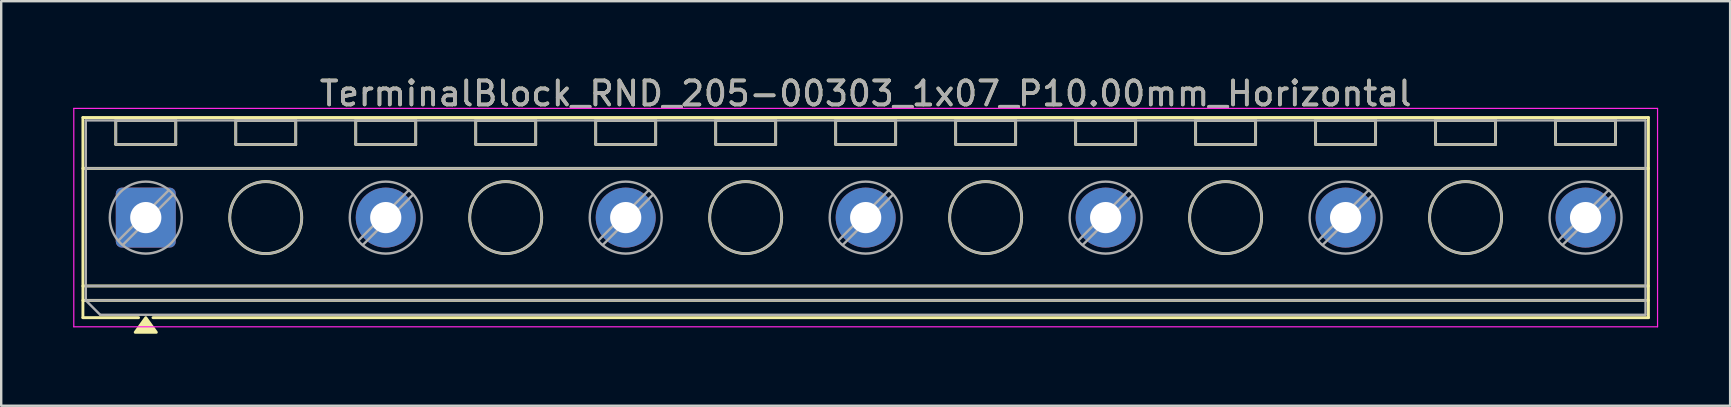
<source format=kicad_pcb>
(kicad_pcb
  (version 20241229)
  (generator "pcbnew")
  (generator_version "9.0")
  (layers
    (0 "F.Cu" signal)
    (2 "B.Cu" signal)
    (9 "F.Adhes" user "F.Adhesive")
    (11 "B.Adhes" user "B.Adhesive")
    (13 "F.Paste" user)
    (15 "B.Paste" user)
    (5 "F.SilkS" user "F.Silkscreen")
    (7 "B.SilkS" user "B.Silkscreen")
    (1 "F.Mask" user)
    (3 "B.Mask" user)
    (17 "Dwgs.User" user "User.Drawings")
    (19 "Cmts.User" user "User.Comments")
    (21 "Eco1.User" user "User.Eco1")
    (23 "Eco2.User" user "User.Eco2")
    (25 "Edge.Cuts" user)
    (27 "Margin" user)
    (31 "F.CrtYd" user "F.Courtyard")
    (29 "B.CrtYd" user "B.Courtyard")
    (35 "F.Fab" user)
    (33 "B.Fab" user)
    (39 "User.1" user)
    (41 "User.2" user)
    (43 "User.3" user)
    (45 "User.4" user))
  (footprint "TerminalBlock_RND_205-00303_1x07_P10.00mm_Horizontal"
    (layer "F.Cu")
    (at 3.025 6.018)
    (property "Reference" "TerminalBlock_RND_205-00303_1x07_P10.00mm_Horizontal" (at 30 -5.17 0) (layer "F.SilkS") (effects (font (size 1 1) (thickness 0.15))))
    (attr through_hole)
    (fp_line (start -2.62 -4.17) (end -2.62 4.17) (stroke (width 0.12) (type solid)) (layer "F.SilkS"))
    (fp_line (start -2.62 -4.17) (end 62.62 -4.17) (stroke (width 0.12) (type solid)) (layer "F.SilkS"))
    (fp_line (start -2.62 -2.05) (end 62.62 -2.05) (stroke (width 0.12) (type solid)) (layer "F.SilkS"))
    (fp_line (start -2.62 2.85) (end 62.62 2.85) (stroke (width 0.12) (type solid)) (layer "F.SilkS"))
    (fp_line (start -2.62 3.45) (end 62.62 3.45) (stroke (width 0.12) (type solid)) (layer "F.SilkS"))
    (fp_line (start -2.62 4.17) (end -0.3 4.17) (stroke (width 0.12) (type solid)) (layer "F.SilkS"))
    (fp_line (start -1.25 -4.05) (end -1.25 -3.05) (stroke (width 0.12) (type solid)) (layer "F.SilkS"))
    (fp_line (start -1.25 -4.05) (end 1.25 -4.05) (stroke (width 0.12) (type solid)) (layer "F.SilkS"))
    (fp_line (start -1.25 -3.05) (end 1.25 -3.05) (stroke (width 0.12) (type solid)) (layer "F.SilkS"))
    (fp_line (start 0.3 4.17) (end 62.62 4.17) (stroke (width 0.12) (type solid)) (layer "F.SilkS"))
    (fp_line (start 1.25 -4.05) (end 1.25 -3.05) (stroke (width 0.12) (type solid)) (layer "F.SilkS"))
    (fp_line (start 3.75 -4.05) (end 3.75 -3.05) (stroke (width 0.12) (type solid)) (layer "F.SilkS"))
    (fp_line (start 3.75 -4.05) (end 6.25 -4.05) (stroke (width 0.12) (type solid)) (layer "F.SilkS"))
    (fp_line (start 3.75 -3.05) (end 6.25 -3.05) (stroke (width 0.12) (type solid)) (layer "F.SilkS"))
    (fp_line (start 6.25 -4.05) (end 6.25 -3.05) (stroke (width 0.12) (type solid)) (layer "F.SilkS"))
    (fp_line (start 8.75 -4.05) (end 8.75 -3.05) (stroke (width 0.12) (type solid)) (layer "F.SilkS"))
    (fp_line (start 8.75 -4.05) (end 11.25 -4.05) (stroke (width 0.12) (type solid)) (layer "F.SilkS"))
    (fp_line (start 8.75 -3.05) (end 11.25 -3.05) (stroke (width 0.12) (type solid)) (layer "F.SilkS"))
    (fp_line (start 11.25 -4.05) (end 11.25 -3.05) (stroke (width 0.12) (type solid)) (layer "F.SilkS"))
    (fp_line (start 13.75 -4.05) (end 13.75 -3.05) (stroke (width 0.12) (type solid)) (layer "F.SilkS"))
    (fp_line (start 13.75 -4.05) (end 16.25 -4.05) (stroke (width 0.12) (type solid)) (layer "F.SilkS"))
    (fp_line (start 13.75 -3.05) (end 16.25 -3.05) (stroke (width 0.12) (type solid)) (layer "F.SilkS"))
    (fp_line (start 16.25 -4.05) (end 16.25 -3.05) (stroke (width 0.12) (type solid)) (layer "F.SilkS"))
    (fp_line (start 18.75 -4.05) (end 18.75 -3.05) (stroke (width 0.12) (type solid)) (layer "F.SilkS"))
    (fp_line (start 18.75 -4.05) (end 21.25 -4.05) (stroke (width 0.12) (type solid)) (layer "F.SilkS"))
    (fp_line (start 18.75 -3.05) (end 21.25 -3.05) (stroke (width 0.12) (type solid)) (layer "F.SilkS"))
    (fp_line (start 21.25 -4.05) (end 21.25 -3.05) (stroke (width 0.12) (type solid)) (layer "F.SilkS"))
    (fp_line (start 23.75 -4.05) (end 23.75 -3.05) (stroke (width 0.12) (type solid)) (layer "F.SilkS"))
    (fp_line (start 23.75 -4.05) (end 26.25 -4.05) (stroke (width 0.12) (type solid)) (layer "F.SilkS"))
    (fp_line (start 23.75 -3.05) (end 26.25 -3.05) (stroke (width 0.12) (type solid)) (layer "F.SilkS"))
    (fp_line (start 26.25 -4.05) (end 26.25 -3.05) (stroke (width 0.12) (type solid)) (layer "F.SilkS"))
    (fp_line (start 28.75 -4.05) (end 28.75 -3.05) (stroke (width 0.12) (type solid)) (layer "F.SilkS"))
    (fp_line (start 28.75 -4.05) (end 31.25 -4.05) (stroke (width 0.12) (type solid)) (layer "F.SilkS"))
    (fp_line (start 28.75 -3.05) (end 31.25 -3.05) (stroke (width 0.12) (type solid)) (layer "F.SilkS"))
    (fp_line (start 31.25 -4.05) (end 31.25 -3.05) (stroke (width 0.12) (type solid)) (layer "F.SilkS"))
    (fp_line (start 33.75 -4.05) (end 33.75 -3.05) (stroke (width 0.12) (type solid)) (layer "F.SilkS"))
    (fp_line (start 33.75 -4.05) (end 36.25 -4.05) (stroke (width 0.12) (type solid)) (layer "F.SilkS"))
    (fp_line (start 33.75 -3.05) (end 36.25 -3.05) (stroke (width 0.12) (type solid)) (layer "F.SilkS"))
    (fp_line (start 36.25 -4.05) (end 36.25 -3.05) (stroke (width 0.12) (type solid)) (layer "F.SilkS"))
    (fp_line (start 38.75 -4.05) (end 38.75 -3.05) (stroke (width 0.12) (type solid)) (layer "F.SilkS"))
    (fp_line (start 38.75 -4.05) (end 41.25 -4.05) (stroke (width 0.12) (type solid)) (layer "F.SilkS"))
    (fp_line (start 38.75 -3.05) (end 41.25 -3.05) (stroke (width 0.12) (type solid)) (layer "F.SilkS"))
    (fp_line (start 41.25 -4.05) (end 41.25 -3.05) (stroke (width 0.12) (type solid)) (layer "F.SilkS"))
    (fp_line (start 43.75 -4.05) (end 43.75 -3.05) (stroke (width 0.12) (type solid)) (layer "F.SilkS"))
    (fp_line (start 43.75 -4.05) (end 46.25 -4.05) (stroke (width 0.12) (type solid)) (layer "F.SilkS"))
    (fp_line (start 43.75 -3.05) (end 46.25 -3.05) (stroke (width 0.12) (type solid)) (layer "F.SilkS"))
    (fp_line (start 46.25 -4.05) (end 46.25 -3.05) (stroke (width 0.12) (type solid)) (layer "F.SilkS"))
    (fp_line (start 48.75 -4.05) (end 48.75 -3.05) (stroke (width 0.12) (type solid)) (layer "F.SilkS"))
    (fp_line (start 48.75 -4.05) (end 51.25 -4.05) (stroke (width 0.12) (type solid)) (layer "F.SilkS"))
    (fp_line (start 48.75 -3.05) (end 51.25 -3.05) (stroke (width 0.12) (type solid)) (layer "F.SilkS"))
    (fp_line (start 51.25 -4.05) (end 51.25 -3.05) (stroke (width 0.12) (type solid)) (layer "F.SilkS"))
    (fp_line (start 53.75 -4.05) (end 53.75 -3.05) (stroke (width 0.12) (type solid)) (layer "F.SilkS"))
    (fp_line (start 53.75 -4.05) (end 56.25 -4.05) (stroke (width 0.12) (type solid)) (layer "F.SilkS"))
    (fp_line (start 53.75 -3.05) (end 56.25 -3.05) (stroke (width 0.12) (type solid)) (layer "F.SilkS"))
    (fp_line (start 56.25 -4.05) (end 56.25 -3.05) (stroke (width 0.12) (type solid)) (layer "F.SilkS"))
    (fp_line (start 58.75 -4.05) (end 58.75 -3.05) (stroke (width 0.12) (type solid)) (layer "F.SilkS"))
    (fp_line (start 58.75 -4.05) (end 61.25 -4.05) (stroke (width 0.12) (type solid)) (layer "F.SilkS"))
    (fp_line (start 58.75 -3.05) (end 61.25 -3.05) (stroke (width 0.12) (type solid)) (layer "F.SilkS"))
    (fp_line (start 61.25 -4.05) (end 61.25 -3.05) (stroke (width 0.12) (type solid)) (layer "F.SilkS"))
    (fp_line (start 62.62 -4.17) (end 62.62 4.17) (stroke (width 0.12) (type solid)) (layer "F.SilkS"))
    (fp_circle (center 5 0) (end 6.5 0) (stroke (width 0.12) (type solid)) (fill no) (layer "F.SilkS"))
    (fp_circle (center 15 0) (end 16.5 0) (stroke (width 0.12) (type solid)) (fill no) (layer "F.SilkS"))
    (fp_circle (center 25 0) (end 26.5 0) (stroke (width 0.12) (type solid)) (fill no) (layer "F.SilkS"))
    (fp_circle (center 35 0) (end 36.5 0) (stroke (width 0.12) (type solid)) (fill no) (layer "F.SilkS"))
    (fp_circle (center 45 0) (end 46.5 0) (stroke (width 0.12) (type solid)) (fill no) (layer "F.SilkS"))
    (fp_circle (center 55 0) (end 56.5 0) (stroke (width 0.12) (type solid)) (fill no) (layer "F.SilkS"))
    (fp_poly (pts (xy 0 4.17) (xy 0.44 4.78) (xy -0.44 4.78)) (stroke (width 0.12) (type solid)) (fill yes) (layer "F.SilkS"))
    (fp_line (start -3 -4.55) (end -3 4.55) (stroke (width 0.05) (type solid)) (layer "F.CrtYd"))
    (fp_line (start -3 4.55) (end 63 4.55) (stroke (width 0.05) (type solid)) (layer "F.CrtYd"))
    (fp_line (start 63 -4.55) (end -3 -4.55) (stroke (width 0.05) (type solid)) (layer "F.CrtYd"))
    (fp_line (start 63 4.55) (end 63 -4.55) (stroke (width 0.05) (type solid)) (layer "F.CrtYd"))
    (fp_line (start -2.5 -4.05) (end 62.5 -4.05) (stroke (width 0.1) (type solid)) (layer "F.Fab"))
    (fp_line (start -2.5 -2.05) (end 62.5 -2.05) (stroke (width 0.1) (type solid)) (layer "F.Fab"))
    (fp_line (start -2.5 2.85) (end 62.5 2.85) (stroke (width 0.1) (type solid)) (layer "F.Fab"))
    (fp_line (start -2.5 3.45) (end -2.5 -4.05) (stroke (width 0.1) (type solid)) (layer "F.Fab"))
    (fp_line (start -2.5 3.45) (end 62.5 3.45) (stroke (width 0.1) (type solid)) (layer "F.Fab"))
    (fp_line (start -1.9 4.05) (end -2.5 3.45) (stroke (width 0.1) (type solid)) (layer "F.Fab"))
    (fp_line (start -1.25 -4.05) (end -1.25 -3.05) (stroke (width 0.1) (type solid)) (layer "F.Fab"))
    (fp_line (start -1.25 -3.05) (end 1.25 -3.05) (stroke (width 0.1) (type solid)) (layer "F.Fab"))
    (fp_line (start 0.955 -1.138) (end -1.138 0.954) (stroke (width 0.1) (type solid)) (layer "F.Fab"))
    (fp_line (start 1.138 -0.954) (end -0.955 1.137) (stroke (width 0.1) (type solid)) (layer "F.Fab"))
    (fp_line (start 1.25 -4.05) (end -1.25 -4.05) (stroke (width 0.1) (type solid)) (layer "F.Fab"))
    (fp_line (start 1.25 -3.05) (end 1.25 -4.05) (stroke (width 0.1) (type solid)) (layer "F.Fab"))
    (fp_line (start 3.75 -4.05) (end 3.75 -3.05) (stroke (width 0.1) (type solid)) (layer "F.Fab"))
    (fp_line (start 3.75 -3.05) (end 6.25 -3.05) (stroke (width 0.1) (type solid)) (layer "F.Fab"))
    (fp_line (start 6.25 -4.05) (end 3.75 -4.05) (stroke (width 0.1) (type solid)) (layer "F.Fab"))
    (fp_line (start 6.25 -3.05) (end 6.25 -4.05) (stroke (width 0.1) (type solid)) (layer "F.Fab"))
    (fp_line (start 8.75 -4.05) (end 8.75 -3.05) (stroke (width 0.1) (type solid)) (layer "F.Fab"))
    (fp_line (start 8.75 -3.05) (end 11.25 -3.05) (stroke (width 0.1) (type solid)) (layer "F.Fab"))
    (fp_line (start 10.955 -1.138) (end 8.862 0.954) (stroke (width 0.1) (type solid)) (layer "F.Fab"))
    (fp_line (start 11.138 -0.954) (end 9.045 1.137) (stroke (width 0.1) (type solid)) (layer "F.Fab"))
    (fp_line (start 11.25 -4.05) (end 8.75 -4.05) (stroke (width 0.1) (type solid)) (layer "F.Fab"))
    (fp_line (start 11.25 -3.05) (end 11.25 -4.05) (stroke (width 0.1) (type solid)) (layer "F.Fab"))
    (fp_line (start 13.75 -4.05) (end 13.75 -3.05) (stroke (width 0.1) (type solid)) (layer "F.Fab"))
    (fp_line (start 13.75 -3.05) (end 16.25 -3.05) (stroke (width 0.1) (type solid)) (layer "F.Fab"))
    (fp_line (start 16.25 -4.05) (end 13.75 -4.05) (stroke (width 0.1) (type solid)) (layer "F.Fab"))
    (fp_line (start 16.25 -3.05) (end 16.25 -4.05) (stroke (width 0.1) (type solid)) (layer "F.Fab"))
    (fp_line (start 18.75 -4.05) (end 18.75 -3.05) (stroke (width 0.1) (type solid)) (layer "F.Fab"))
    (fp_line (start 18.75 -3.05) (end 21.25 -3.05) (stroke (width 0.1) (type solid)) (layer "F.Fab"))
    (fp_line (start 20.955 -1.138) (end 18.862 0.954) (stroke (width 0.1) (type solid)) (layer "F.Fab"))
    (fp_line (start 21.138 -0.954) (end 19.045 1.137) (stroke (width 0.1) (type solid)) (layer "F.Fab"))
    (fp_line (start 21.25 -4.05) (end 18.75 -4.05) (stroke (width 0.1) (type solid)) (layer "F.Fab"))
    (fp_line (start 21.25 -3.05) (end 21.25 -4.05) (stroke (width 0.1) (type solid)) (layer "F.Fab"))
    (fp_line (start 23.75 -4.05) (end 23.75 -3.05) (stroke (width 0.1) (type solid)) (layer "F.Fab"))
    (fp_line (start 23.75 -3.05) (end 26.25 -3.05) (stroke (width 0.1) (type solid)) (layer "F.Fab"))
    (fp_line (start 26.25 -4.05) (end 23.75 -4.05) (stroke (width 0.1) (type solid)) (layer "F.Fab"))
    (fp_line (start 26.25 -3.05) (end 26.25 -4.05) (stroke (width 0.1) (type solid)) (layer "F.Fab"))
    (fp_line (start 28.75 -4.05) (end 28.75 -3.05) (stroke (width 0.1) (type solid)) (layer "F.Fab"))
    (fp_line (start 28.75 -3.05) (end 31.25 -3.05) (stroke (width 0.1) (type solid)) (layer "F.Fab"))
    (fp_line (start 30.955 -1.138) (end 28.862 0.954) (stroke (width 0.1) (type solid)) (layer "F.Fab"))
    (fp_line (start 31.138 -0.954) (end 29.045 1.137) (stroke (width 0.1) (type solid)) (layer "F.Fab"))
    (fp_line (start 31.25 -4.05) (end 28.75 -4.05) (stroke (width 0.1) (type solid)) (layer "F.Fab"))
    (fp_line (start 31.25 -3.05) (end 31.25 -4.05) (stroke (width 0.1) (type solid)) (layer "F.Fab"))
    (fp_line (start 33.75 -4.05) (end 33.75 -3.05) (stroke (width 0.1) (type solid)) (layer "F.Fab"))
    (fp_line (start 33.75 -3.05) (end 36.25 -3.05) (stroke (width 0.1) (type solid)) (layer "F.Fab"))
    (fp_line (start 36.25 -4.05) (end 33.75 -4.05) (stroke (width 0.1) (type solid)) (layer "F.Fab"))
    (fp_line (start 36.25 -3.05) (end 36.25 -4.05) (stroke (width 0.1) (type solid)) (layer "F.Fab"))
    (fp_line (start 38.75 -4.05) (end 38.75 -3.05) (stroke (width 0.1) (type solid)) (layer "F.Fab"))
    (fp_line (start 38.75 -3.05) (end 41.25 -3.05) (stroke (width 0.1) (type solid)) (layer "F.Fab"))
    (fp_line (start 40.955 -1.138) (end 38.862 0.954) (stroke (width 0.1) (type solid)) (layer "F.Fab"))
    (fp_line (start 41.138 -0.954) (end 39.045 1.137) (stroke (width 0.1) (type solid)) (layer "F.Fab"))
    (fp_line (start 41.25 -4.05) (end 38.75 -4.05) (stroke (width 0.1) (type solid)) (layer "F.Fab"))
    (fp_line (start 41.25 -3.05) (end 41.25 -4.05) (stroke (width 0.1) (type solid)) (layer "F.Fab"))
    (fp_line (start 43.75 -4.05) (end 43.75 -3.05) (stroke (width 0.1) (type solid)) (layer "F.Fab"))
    (fp_line (start 43.75 -3.05) (end 46.25 -3.05) (stroke (width 0.1) (type solid)) (layer "F.Fab"))
    (fp_line (start 46.25 -4.05) (end 43.75 -4.05) (stroke (width 0.1) (type solid)) (layer "F.Fab"))
    (fp_line (start 46.25 -3.05) (end 46.25 -4.05) (stroke (width 0.1) (type solid)) (layer "F.Fab"))
    (fp_line (start 48.75 -4.05) (end 48.75 -3.05) (stroke (width 0.1) (type solid)) (layer "F.Fab"))
    (fp_line (start 48.75 -3.05) (end 51.25 -3.05) (stroke (width 0.1) (type solid)) (layer "F.Fab"))
    (fp_line (start 50.955 -1.138) (end 48.862 0.954) (stroke (width 0.1) (type solid)) (layer "F.Fab"))
    (fp_line (start 51.138 -0.954) (end 49.045 1.137) (stroke (width 0.1) (type solid)) (layer "F.Fab"))
    (fp_line (start 51.25 -4.05) (end 48.75 -4.05) (stroke (width 0.1) (type solid)) (layer "F.Fab"))
    (fp_line (start 51.25 -3.05) (end 51.25 -4.05) (stroke (width 0.1) (type solid)) (layer "F.Fab"))
    (fp_line (start 53.75 -4.05) (end 53.75 -3.05) (stroke (width 0.1) (type solid)) (layer "F.Fab"))
    (fp_line (start 53.75 -3.05) (end 56.25 -3.05) (stroke (width 0.1) (type solid)) (layer "F.Fab"))
    (fp_line (start 56.25 -4.05) (end 53.75 -4.05) (stroke (width 0.1) (type solid)) (layer "F.Fab"))
    (fp_line (start 56.25 -3.05) (end 56.25 -4.05) (stroke (width 0.1) (type solid)) (layer "F.Fab"))
    (fp_line (start 58.75 -4.05) (end 58.75 -3.05) (stroke (width 0.1) (type solid)) (layer "F.Fab"))
    (fp_line (start 58.75 -3.05) (end 61.25 -3.05) (stroke (width 0.1) (type solid)) (layer "F.Fab"))
    (fp_line (start 60.955 -1.138) (end 58.862 0.954) (stroke (width 0.1) (type solid)) (layer "F.Fab"))
    (fp_line (start 61.138 -0.954) (end 59.045 1.137) (stroke (width 0.1) (type solid)) (layer "F.Fab"))
    (fp_line (start 61.25 -4.05) (end 58.75 -4.05) (stroke (width 0.1) (type solid)) (layer "F.Fab"))
    (fp_line (start 61.25 -3.05) (end 61.25 -4.05) (stroke (width 0.1) (type solid)) (layer "F.Fab"))
    (fp_line (start 62.5 -4.05) (end 62.5 4.05) (stroke (width 0.1) (type solid)) (layer "F.Fab"))
    (fp_line (start 62.5 4.05) (end -1.9 4.05) (stroke (width 0.1) (type solid)) (layer "F.Fab"))
    (fp_circle (center 0 0) (end 1.5 0) (stroke (width 0.1) (type solid)) (fill no) (layer "F.Fab"))
    (fp_circle (center 5 0) (end 6.5 0) (stroke (width 0.1) (type solid)) (fill no) (layer "F.Fab"))
    (fp_circle (center 10 0) (end 11.5 0) (stroke (width 0.1) (type solid)) (fill no) (layer "F.Fab"))
    (fp_circle (center 15 0) (end 16.5 0) (stroke (width 0.1) (type solid)) (fill no) (layer "F.Fab"))
    (fp_circle (center 20 0) (end 21.5 0) (stroke (width 0.1) (type solid)) (fill no) (layer "F.Fab"))
    (fp_circle (center 25 0) (end 26.5 0) (stroke (width 0.1) (type solid)) (fill no) (layer "F.Fab"))
    (fp_circle (center 30 0) (end 31.5 0) (stroke (width 0.1) (type solid)) (fill no) (layer "F.Fab"))
    (fp_circle (center 35 0) (end 36.5 0) (stroke (width 0.1) (type solid)) (fill no) (layer "F.Fab"))
    (fp_circle (center 40 0) (end 41.5 0) (stroke (width 0.1) (type solid)) (fill no) (layer "F.Fab"))
    (fp_circle (center 45 0) (end 46.5 0) (stroke (width 0.1) (type solid)) (fill no) (layer "F.Fab"))
    (fp_circle (center 50 0) (end 51.5 0) (stroke (width 0.1) (type solid)) (fill no) (layer "F.Fab"))
    (fp_circle (center 55 0) (end 56.5 0) (stroke (width 0.1) (type solid)) (fill no) (layer "F.Fab"))
    (fp_circle (center 60 0) (end 61.5 0) (stroke (width 0.1) (type solid)) (fill no) (layer "F.Fab"))
    (fp_text user "${REFERENCE}" (at 30 -5.17 0) (layer "F.Fab") (effects (font (size 1 1) (thickness 0.15))))
    (pad "1" thru_hole roundrect (at 0 0) (size 2.5 2.5) (drill 1.3) (layers "*.Cu" "*.Mask") (roundrect_rratio 0.1))
    (pad "2" thru_hole circle (at 10 0) (size 2.5 2.5) (drill 1.3) (layers "*.Cu" "*.Mask"))
    (pad "3" thru_hole circle (at 20 0) (size 2.5 2.5) (drill 1.3) (layers "*.Cu" "*.Mask"))
    (pad "4" thru_hole circle (at 30 0) (size 2.5 2.5) (drill 1.3) (layers "*.Cu" "*.Mask"))
    (pad "5" thru_hole circle (at 40 0) (size 2.5 2.5) (drill 1.3) (layers "*.Cu" "*.Mask"))
    (pad "6" thru_hole circle (at 50 0) (size 2.5 2.5) (drill 1.3) (layers "*.Cu" "*.Mask"))
    (pad "7" thru_hole circle (at 60 0) (size 2.5 2.5) (drill 1.3) (layers "*.Cu" "*.Mask")))
  (gr_rect
    (start -3 -3)
    (end 69.05 13.858)
    (stroke (width 0.1) (type default))
    (fill no)
    (layer "Edge.Cuts")))
</source>
